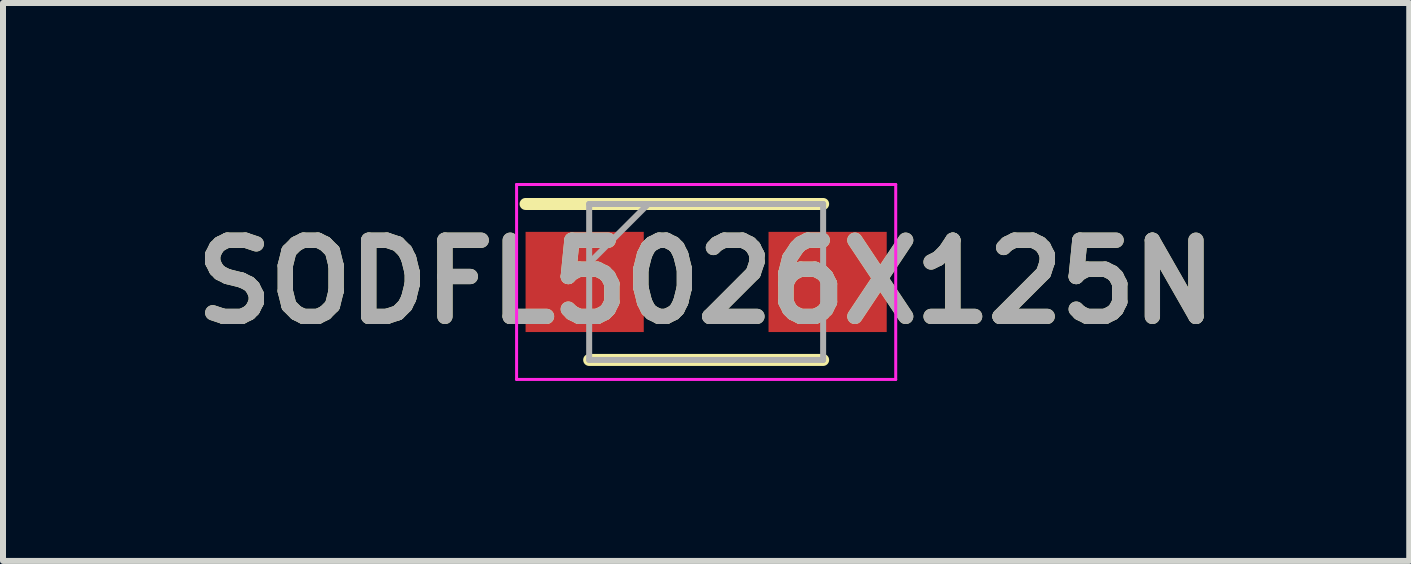
<source format=kicad_pcb>
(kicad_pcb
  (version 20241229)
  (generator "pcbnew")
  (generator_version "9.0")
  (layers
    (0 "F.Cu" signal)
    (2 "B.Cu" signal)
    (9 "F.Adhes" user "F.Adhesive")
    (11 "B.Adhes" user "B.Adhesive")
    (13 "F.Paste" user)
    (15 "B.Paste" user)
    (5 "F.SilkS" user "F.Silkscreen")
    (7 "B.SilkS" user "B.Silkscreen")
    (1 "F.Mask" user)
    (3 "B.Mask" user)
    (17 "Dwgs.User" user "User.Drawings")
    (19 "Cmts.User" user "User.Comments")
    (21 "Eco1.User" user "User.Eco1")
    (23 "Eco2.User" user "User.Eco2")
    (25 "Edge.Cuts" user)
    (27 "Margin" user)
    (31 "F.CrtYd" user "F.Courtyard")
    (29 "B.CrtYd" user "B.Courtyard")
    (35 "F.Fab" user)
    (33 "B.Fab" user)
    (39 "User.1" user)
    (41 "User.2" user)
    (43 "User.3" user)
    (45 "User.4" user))
  (footprint "SODFL5026X125N"
    (layer "F.Cu")
    (at 8.721 1.65)
    (property "Reference" "SODFL5026X125N" (at 0 0 0) (layer "F.SilkS") (effects (font (size 1.27 1.27) (thickness 0.254))))
    (attr smd)
    (fp_line (start -3.01 -1.3) (end 1.95 -1.3) (stroke (width 0.2) (type solid)) (layer "F.SilkS"))
    (fp_line (start -1.95 1.3) (end 1.95 1.3) (stroke (width 0.2) (type solid)) (layer "F.SilkS"))
    (fp_line (start -3.16 -1.625) (end 3.16 -1.625) (stroke (width 0.05) (type solid)) (layer "F.CrtYd"))
    (fp_line (start -3.16 1.625) (end -3.16 -1.625) (stroke (width 0.05) (type solid)) (layer "F.CrtYd"))
    (fp_line (start 3.16 -1.625) (end 3.16 1.625) (stroke (width 0.05) (type solid)) (layer "F.CrtYd"))
    (fp_line (start 3.16 1.625) (end -3.16 1.625) (stroke (width 0.05) (type solid)) (layer "F.CrtYd"))
    (fp_line (start -1.95 -1.3) (end 1.95 -1.3) (stroke (width 0.1) (type solid)) (layer "F.Fab"))
    (fp_line (start -1.95 -0.315) (end -0.965 -1.3) (stroke (width 0.1) (type solid)) (layer "F.Fab"))
    (fp_line (start -1.95 1.3) (end -1.95 -1.3) (stroke (width 0.1) (type solid)) (layer "F.Fab"))
    (fp_line (start 1.95 -1.3) (end 1.95 1.3) (stroke (width 0.1) (type solid)) (layer "F.Fab"))
    (fp_line (start 1.95 1.3) (end -1.95 1.3) (stroke (width 0.1) (type solid)) (layer "F.Fab"))
    (fp_text user "${REFERENCE}" (at 0 0 0) (layer "F.Fab") (effects (font (size 1.27 1.27) (thickness 0.254))))
    (pad "1" smd rect (at -2.025 0 90) (size 1.67 1.97) (layers "F.Cu" "F.Mask" "F.Paste"))
    (pad "2" smd rect (at 2.025 0 90) (size 1.67 1.97) (layers "F.Cu" "F.Mask" "F.Paste")))
  (gr_rect
    (start -3 -3)
    (end 20.441 6.3)
    (stroke (width 0.1) (type default))
    (fill no)
    (layer "Edge.Cuts")))
</source>
